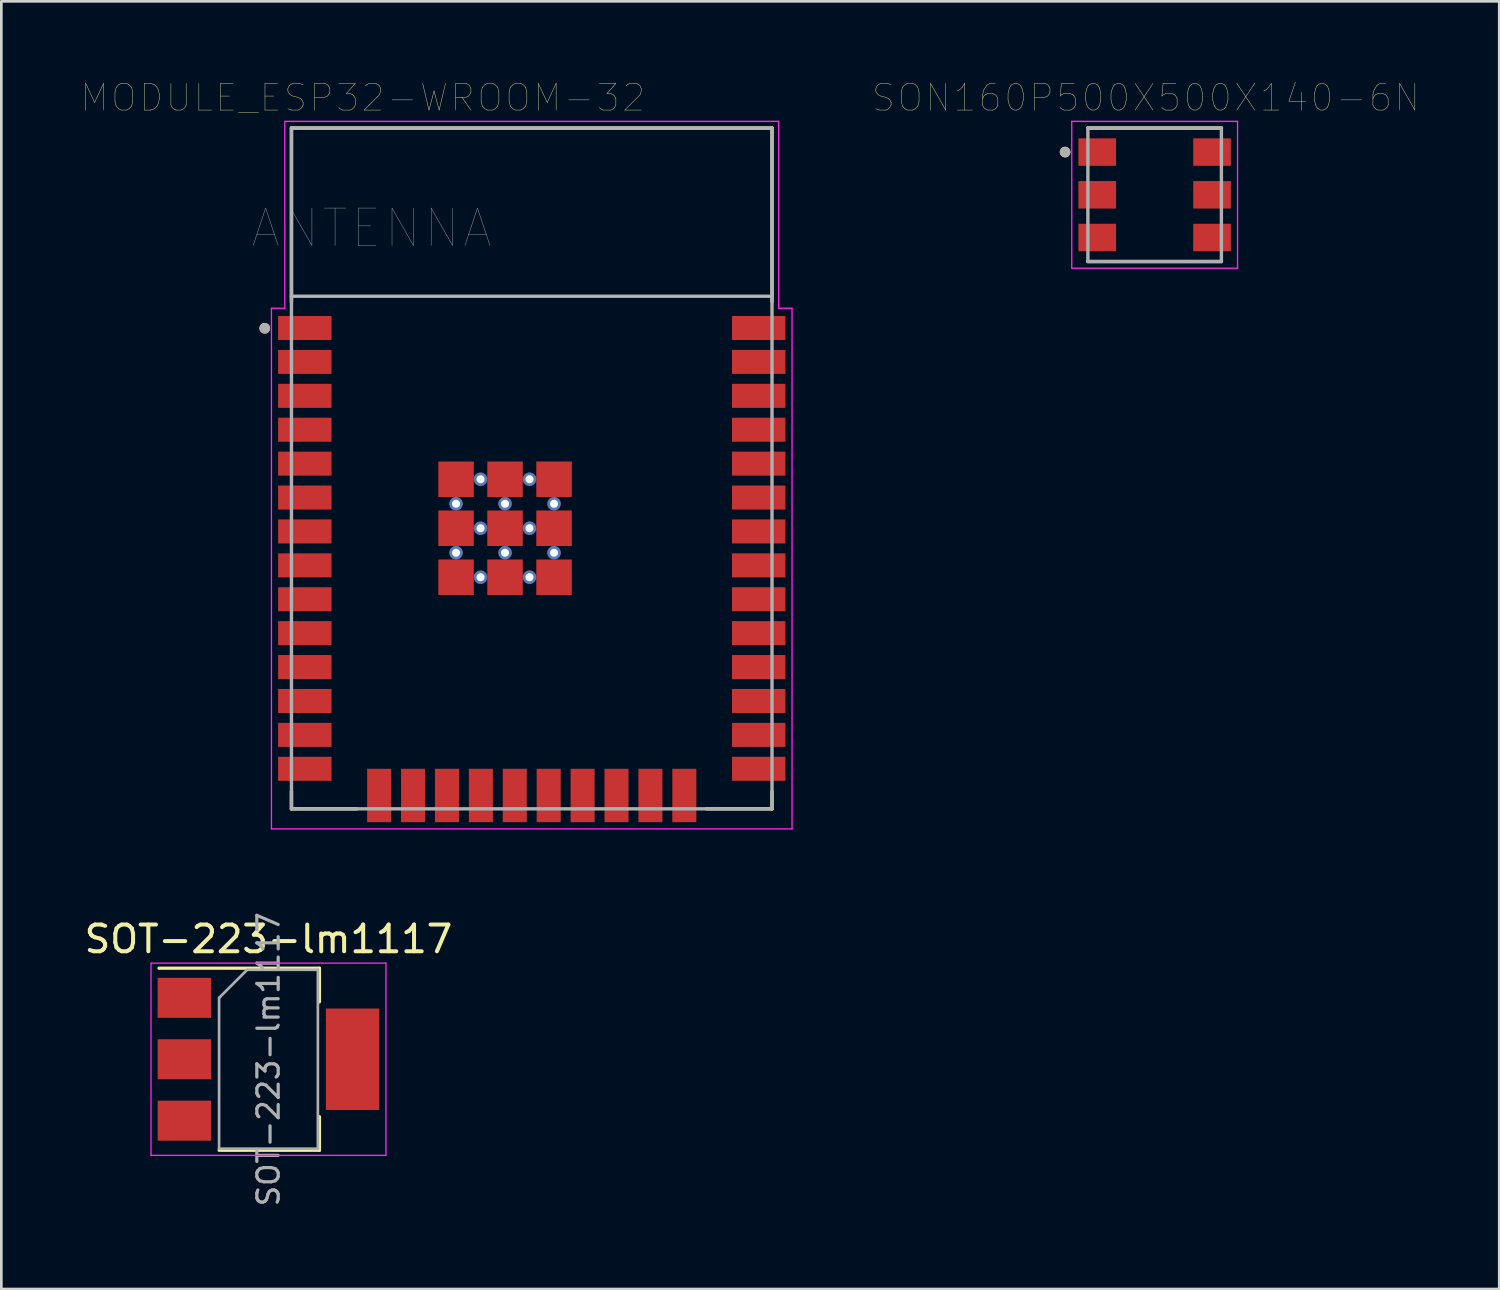
<source format=kicad_pcb>
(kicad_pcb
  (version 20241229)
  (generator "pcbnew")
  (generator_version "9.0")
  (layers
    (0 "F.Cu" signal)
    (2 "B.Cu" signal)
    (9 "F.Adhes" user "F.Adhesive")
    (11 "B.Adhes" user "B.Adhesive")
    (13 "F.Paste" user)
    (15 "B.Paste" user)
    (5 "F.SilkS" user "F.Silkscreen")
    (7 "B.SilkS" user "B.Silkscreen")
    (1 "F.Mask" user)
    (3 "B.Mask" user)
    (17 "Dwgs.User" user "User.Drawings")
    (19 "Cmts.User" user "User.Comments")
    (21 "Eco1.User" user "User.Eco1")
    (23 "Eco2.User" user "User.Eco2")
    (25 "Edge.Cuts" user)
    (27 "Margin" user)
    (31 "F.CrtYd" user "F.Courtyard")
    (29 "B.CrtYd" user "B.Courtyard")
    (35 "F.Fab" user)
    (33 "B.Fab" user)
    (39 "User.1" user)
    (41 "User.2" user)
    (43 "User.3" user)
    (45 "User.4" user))
  (footprint "SON160P500X500X140-6N"
    (layer "F.Cu")
    (at 38.049 2.646)
    (property "Reference" "SON160P500X500X140-6N" (at 1.825 -2.035 0) (layer "F.SilkS") (effects (font (size 1 1) (thickness 0.015))))
    (attr through_hole)
    (fp_line (start -0.35 -0.9) (end 4.65 -0.9) (stroke (width 0.127) (type solid)) (layer "F.SilkS"))
    (fp_line (start -0.35 4.1) (end 4.65 4.1) (stroke (width 0.127) (type solid)) (layer "F.SilkS"))
    (fp_circle (center -1.205 0) (end -1.105 0) (stroke (width 0.2) (type solid)) (fill no) (layer "F.SilkS"))
    (fp_line (start -0.955 -1.15) (end -0.955 4.35) (stroke (width 0.05) (type solid)) (layer "F.CrtYd"))
    (fp_line (start -0.955 -1.15) (end 5.255 -1.15) (stroke (width 0.05) (type solid)) (layer "F.CrtYd"))
    (fp_line (start -0.955 4.35) (end 5.255 4.35) (stroke (width 0.05) (type solid)) (layer "F.CrtYd"))
    (fp_line (start 5.255 -1.15) (end 5.255 4.35) (stroke (width 0.05) (type solid)) (layer "F.CrtYd"))
    (fp_line (start -0.35 -0.9) (end -0.35 4.1) (stroke (width 0.127) (type solid)) (layer "F.Fab"))
    (fp_line (start -0.35 -0.9) (end 4.65 -0.9) (stroke (width 0.127) (type solid)) (layer "F.Fab"))
    (fp_line (start -0.35 4.1) (end 4.65 4.1) (stroke (width 0.127) (type solid)) (layer "F.Fab"))
    (fp_line (start 4.65 -0.9) (end 4.65 4.1) (stroke (width 0.127) (type solid)) (layer "F.Fab"))
    (fp_circle (center -1.205 0) (end -1.105 0) (stroke (width 0.2) (type solid)) (fill no) (layer "F.Fab"))
    (pad "1" smd rect (at 0 0) (size 1.41 1.03) (layers "F.Cu" "F.Mask" "F.Paste"))
    (pad "2" smd rect (at 0 1.6) (size 1.41 1.03) (layers "F.Cu" "F.Mask" "F.Paste"))
    (pad "3" smd rect (at 0 3.2) (size 1.41 1.03) (layers "F.Cu" "F.Mask" "F.Paste"))
    (pad "4" smd rect (at 4.3 3.2) (size 1.41 1.03) (layers "F.Cu" "F.Mask" "F.Paste"))
    (pad "5" smd rect (at 4.3 1.6) (size 1.41 1.03) (layers "F.Cu" "F.Mask" "F.Paste"))
    (pad "6" smd rect (at 4.3 0) (size 1.41 1.03) (layers "F.Cu" "F.Mask" "F.Paste")))
  (footprint "SOT-223-lm1117"
    (layer "F.Cu")
    (at 7.006 36.626)
    (property "Reference" "SOT-223-lm1117" (at 0 -4.5 0) (layer "F.SilkS") (effects (font (size 1 1) (thickness 0.15))))
    (attr smd)
    (fp_line (start -4.1 -3.41) (end 1.91 -3.41) (stroke (width 0.12) (type solid)) (layer "F.SilkS"))
    (fp_line (start -1.85 3.41) (end 1.91 3.41) (stroke (width 0.12) (type solid)) (layer "F.SilkS"))
    (fp_line (start 1.91 -3.41) (end 1.91 -2.15) (stroke (width 0.12) (type solid)) (layer "F.SilkS"))
    (fp_line (start 1.91 3.41) (end 1.91 2.15) (stroke (width 0.12) (type solid)) (layer "F.SilkS"))
    (fp_line (start -4.4 -3.6) (end -4.4 3.6) (stroke (width 0.05) (type solid)) (layer "F.CrtYd"))
    (fp_line (start -4.4 3.6) (end 4.4 3.6) (stroke (width 0.05) (type solid)) (layer "F.CrtYd"))
    (fp_line (start 4.4 -3.6) (end -4.4 -3.6) (stroke (width 0.05) (type solid)) (layer "F.CrtYd"))
    (fp_line (start 4.4 3.6) (end 4.4 -3.6) (stroke (width 0.05) (type solid)) (layer "F.CrtYd"))
    (fp_line (start -1.85 -2.3) (end -1.85 3.35) (stroke (width 0.1) (type solid)) (layer "F.Fab"))
    (fp_line (start -1.85 -2.3) (end -0.8 -3.35) (stroke (width 0.1) (type solid)) (layer "F.Fab"))
    (fp_line (start -1.85 3.35) (end 1.85 3.35) (stroke (width 0.1) (type solid)) (layer "F.Fab"))
    (fp_line (start -0.8 -3.35) (end 1.85 -3.35) (stroke (width 0.1) (type solid)) (layer "F.Fab"))
    (fp_line (start 1.85 -3.35) (end 1.85 3.35) (stroke (width 0.1) (type solid)) (layer "F.Fab"))
    (fp_text user "${REFERENCE}" (at 0 0 90) (layer "F.Fab") (effects (font (size 0.8 0.8) (thickness 0.12))))
    (pad "1" smd rect (at -3.15 -2.3) (size 2 1.5) (layers "F.Cu" "F.Mask" "F.Paste"))
    (pad "2" smd rect (at -3.15 0) (size 2 1.5) (layers "F.Cu" "F.Mask" "F.Paste"))
    (pad "2" smd rect (at 3.15 0) (size 2 3.8) (layers "F.Cu" "F.Mask" "F.Paste"))
    (pad "3" smd rect (at -3.15 2.3) (size 2 1.5) (layers "F.Cu" "F.Mask" "F.Paste")))
  (footprint "MODULE_ESP32-WROOM-32"
    (layer "F.Cu")
    (at 16.867 14.496)
    (property "Reference" "MODULE_ESP32-WROOM-32" (at -6.325 -13.885 0) (layer "F.SilkS") (effects (font (size 1 1) (thickness 0.015))))
    (attr through_hole)
    (fp_line (start -9 -12.75) (end 9 -12.75) (stroke (width 0.127) (type solid)) (layer "F.SilkS"))
    (fp_line (start -9 -6.25) (end -9 -12.75) (stroke (width 0.127) (type solid)) (layer "F.SilkS"))
    (fp_line (start -9 12.1) (end -9 12.75) (stroke (width 0.127) (type solid)) (layer "F.SilkS"))
    (fp_line (start -9 12.75) (end -6.55 12.75) (stroke (width 0.127) (type solid)) (layer "F.SilkS"))
    (fp_line (start 6.55 12.75) (end 9 12.75) (stroke (width 0.127) (type solid)) (layer "F.SilkS"))
    (fp_line (start 9 -12.75) (end 9 -6.25) (stroke (width 0.127) (type solid)) (layer "F.SilkS"))
    (fp_line (start 9 12.75) (end 9 12.1) (stroke (width 0.127) (type solid)) (layer "F.SilkS"))
    (fp_circle (center -10 -5.25) (end -9.9 -5.25) (stroke (width 0.2) (type solid)) (fill no) (layer "F.SilkS"))
    (fp_poly (pts (xy -9 -12.75) (xy 9 -12.75) (xy 9 -6.45) (xy -9 -6.45)) (stroke (width 0.01) (type solid)) (fill no) (layer "Dwgs.User"))
    (fp_poly (pts (xy -9 -12.75) (xy 9 -12.75) (xy 9 -6.45) (xy -9 -6.45)) (stroke (width 0.01) (type solid)) (fill no) (layer "Dwgs.User"))
    (fp_line (start -9.75 -6) (end -9.25 -6) (stroke (width 0.05) (type solid)) (layer "F.CrtYd"))
    (fp_line (start -9.75 13.5) (end -9.75 -6) (stroke (width 0.05) (type solid)) (layer "F.CrtYd"))
    (fp_line (start -9.25 -13) (end 9.25 -13) (stroke (width 0.05) (type solid)) (layer "F.CrtYd"))
    (fp_line (start -9.25 -6) (end -9.25 -13) (stroke (width 0.05) (type solid)) (layer "F.CrtYd"))
    (fp_line (start 9.25 -13) (end 9.25 -6) (stroke (width 0.05) (type solid)) (layer "F.CrtYd"))
    (fp_line (start 9.25 -6) (end 9.75 -6) (stroke (width 0.05) (type solid)) (layer "F.CrtYd"))
    (fp_line (start 9.75 -6) (end 9.75 13.5) (stroke (width 0.05) (type solid)) (layer "F.CrtYd"))
    (fp_line (start 9.75 13.5) (end -9.75 13.5) (stroke (width 0.05) (type solid)) (layer "F.CrtYd"))
    (fp_line (start -9 -12.75) (end -9 -6.45) (stroke (width 0.127) (type solid)) (layer "F.Fab"))
    (fp_line (start -9 -12.75) (end 9 -12.75) (stroke (width 0.127) (type solid)) (layer "F.Fab"))
    (fp_line (start -9 -6.45) (end 9 -6.45) (stroke (width 0.127) (type solid)) (layer "F.Fab"))
    (fp_line (start -9 12.75) (end -9 -6.45) (stroke (width 0.127) (type solid)) (layer "F.Fab"))
    (fp_line (start 9 -12.75) (end 9 -6.45) (stroke (width 0.127) (type solid)) (layer "F.Fab"))
    (fp_line (start 9 -6.45) (end 9 12.75) (stroke (width 0.127) (type solid)) (layer "F.Fab"))
    (fp_line (start 9 12.75) (end -9 12.75) (stroke (width 0.127) (type solid)) (layer "F.Fab"))
    (fp_circle (center -10 -5.25) (end -9.9 -5.25) (stroke (width 0.2) (type solid)) (fill no) (layer "F.Fab"))
    (fp_text user "ANTENNA" (at -6 -9 0) (layer "F.Fab") (effects (font (size 1.4 1.4) (thickness 0.015))))
    (pad "1" smd rect (at -8.5 -5.26) (size 2 0.9) (layers "F.Cu" "F.Mask" "F.Paste"))
    (pad "2" smd rect (at -8.5 -3.99) (size 2 0.9) (layers "F.Cu" "F.Mask" "F.Paste"))
    (pad "3" smd rect (at -8.5 -2.72) (size 2 0.9) (layers "F.Cu" "F.Mask" "F.Paste"))
    (pad "4" smd rect (at -8.5 -1.45) (size 2 0.9) (layers "F.Cu" "F.Mask" "F.Paste"))
    (pad "5" smd rect (at -8.5 -0.18) (size 2 0.9) (layers "F.Cu" "F.Mask" "F.Paste"))
    (pad "6" smd rect (at -8.5 1.09) (size 2 0.9) (layers "F.Cu" "F.Mask" "F.Paste"))
    (pad "7" smd rect (at -8.5 2.36) (size 2 0.9) (layers "F.Cu" "F.Mask" "F.Paste"))
    (pad "8" smd rect (at -8.5 3.63) (size 2 0.9) (layers "F.Cu" "F.Mask" "F.Paste"))
    (pad "9" smd rect (at -8.5 4.9) (size 2 0.9) (layers "F.Cu" "F.Mask" "F.Paste"))
    (pad "10" smd rect (at -8.5 6.17) (size 2 0.9) (layers "F.Cu" "F.Mask" "F.Paste"))
    (pad "11" smd rect (at -8.5 7.44) (size 2 0.9) (layers "F.Cu" "F.Mask" "F.Paste"))
    (pad "12" smd rect (at -8.5 8.71) (size 2 0.9) (layers "F.Cu" "F.Mask" "F.Paste"))
    (pad "13" smd rect (at -8.5 9.98) (size 2 0.9) (layers "F.Cu" "F.Mask" "F.Paste"))
    (pad "14" smd rect (at -8.5 11.25) (size 2 0.9) (layers "F.Cu" "F.Mask" "F.Paste"))
    (pad "15" smd rect (at -5.715 12.25) (size 0.9 2) (layers "F.Cu" "F.Mask" "F.Paste"))
    (pad "16" smd rect (at -4.445 12.25) (size 0.9 2) (layers "F.Cu" "F.Mask" "F.Paste"))
    (pad "17" smd rect (at -3.175 12.25) (size 0.9 2) (layers "F.Cu" "F.Mask" "F.Paste"))
    (pad "18" smd rect (at -1.905 12.25) (size 0.9 2) (layers "F.Cu" "F.Mask" "F.Paste"))
    (pad "19" smd rect (at -0.635 12.25) (size 0.9 2) (layers "F.Cu" "F.Mask" "F.Paste"))
    (pad "20" smd rect (at 0.635 12.25) (size 0.9 2) (layers "F.Cu" "F.Mask" "F.Paste"))
    (pad "21" smd rect (at 1.905 12.25) (size 0.9 2) (layers "F.Cu" "F.Mask" "F.Paste"))
    (pad "22" smd rect (at 3.175 12.25) (size 0.9 2) (layers "F.Cu" "F.Mask" "F.Paste"))
    (pad "23" smd rect (at 4.445 12.25) (size 0.9 2) (layers "F.Cu" "F.Mask" "F.Paste"))
    (pad "24" smd rect (at 5.715 12.25) (size 0.9 2) (layers "F.Cu" "F.Mask" "F.Paste"))
    (pad "25" smd rect (at 8.5 11.25) (size 2 0.9) (layers "F.Cu" "F.Mask" "F.Paste"))
    (pad "26" smd rect (at 8.5 9.98) (size 2 0.9) (layers "F.Cu" "F.Mask" "F.Paste"))
    (pad "27" smd rect (at 8.5 8.71) (size 2 0.9) (layers "F.Cu" "F.Mask" "F.Paste"))
    (pad "28" smd rect (at 8.5 7.44) (size 2 0.9) (layers "F.Cu" "F.Mask" "F.Paste"))
    (pad "29" smd rect (at 8.5 6.17) (size 2 0.9) (layers "F.Cu" "F.Mask" "F.Paste"))
    (pad "30" smd rect (at 8.5 4.9) (size 2 0.9) (layers "F.Cu" "F.Mask" "F.Paste"))
    (pad "31" smd rect (at 8.5 3.63) (size 2 0.9) (layers "F.Cu" "F.Mask" "F.Paste"))
    (pad "32" smd rect (at 8.5 2.36) (size 2 0.9) (layers "F.Cu" "F.Mask" "F.Paste"))
    (pad "33" smd rect (at 8.5 1.09) (size 2 0.9) (layers "F.Cu" "F.Mask" "F.Paste"))
    (pad "34" smd rect (at 8.5 -0.18) (size 2 0.9) (layers "F.Cu" "F.Mask" "F.Paste"))
    (pad "35" smd rect (at 8.5 -1.45) (size 2 0.9) (layers "F.Cu" "F.Mask" "F.Paste"))
    (pad "36" smd rect (at 8.5 -2.72) (size 2 0.9) (layers "F.Cu" "F.Mask" "F.Paste"))
    (pad "37" smd rect (at 8.5 -3.99) (size 2 0.9) (layers "F.Cu" "F.Mask" "F.Paste"))
    (pad "38" smd rect (at 8.5 -5.26) (size 2 0.9) (layers "F.Cu" "F.Mask" "F.Paste"))
    (pad "39_1" smd rect (at -2.835 0.405) (size 1.33 1.33) (layers "F.Cu" "F.Mask" "F.Paste"))
    (pad "39_2" smd rect (at -1 0.405) (size 1.33 1.33) (layers "F.Cu" "F.Mask" "F.Paste"))
    (pad "39_3" smd rect (at 0.835 0.405) (size 1.33 1.33) (layers "F.Cu" "F.Mask" "F.Paste"))
    (pad "39_4" smd rect (at -2.835 2.24) (size 1.33 1.33) (layers "F.Cu" "F.Mask" "F.Paste"))
    (pad "39_5" smd rect (at -1 2.24) (size 1.33 1.33) (layers "F.Cu" "F.Mask" "F.Paste"))
    (pad "39_6" smd rect (at 0.835 2.24) (size 1.33 1.33) (layers "F.Cu" "F.Mask" "F.Paste"))
    (pad "39_7" smd rect (at -2.835 4.075) (size 1.33 1.33) (layers "F.Cu" "F.Mask" "F.Paste"))
    (pad "39_8" smd rect (at -1 4.075) (size 1.33 1.33) (layers "F.Cu" "F.Mask" "F.Paste"))
    (pad "39_9" smd rect (at 0.835 4.075) (size 1.33 1.33) (layers "F.Cu" "F.Mask" "F.Paste"))
    (pad "39_10" thru_hole circle (at -1.917 0.405) (size 0.5 0.5) (drill 0.3) (layers "*.Cu" "*.Mask"))
    (pad "39_11" thru_hole circle (at -0.083 0.405) (size 0.5 0.5) (drill 0.3) (layers "*.Cu" "*.Mask"))
    (pad "39_12" thru_hole circle (at -2.835 1.323) (size 0.5 0.5) (drill 0.3) (layers "*.Cu" "*.Mask"))
    (pad "39_13" thru_hole circle (at -1 1.323) (size 0.5 0.5) (drill 0.3) (layers "*.Cu" "*.Mask"))
    (pad "39_14" thru_hole circle (at 0.835 1.323) (size 0.5 0.5) (drill 0.3) (layers "*.Cu" "*.Mask"))
    (pad "39_15" thru_hole circle (at -1.917 2.24) (size 0.5 0.5) (drill 0.3) (layers "*.Cu" "*.Mask"))
    (pad "39_16" thru_hole circle (at -0.083 2.24) (size 0.5 0.5) (drill 0.3) (layers "*.Cu" "*.Mask"))
    (pad "39_17" thru_hole circle (at -2.835 3.158) (size 0.5 0.5) (drill 0.3) (layers "*.Cu" "*.Mask"))
    (pad "39_18" thru_hole circle (at -1 3.158) (size 0.5 0.5) (drill 0.3) (layers "*.Cu" "*.Mask"))
    (pad "39_19" thru_hole circle (at 0.835 3.158) (size 0.5 0.5) (drill 0.3) (layers "*.Cu" "*.Mask"))
    (pad "39_20" thru_hole circle (at -1.917 4.075) (size 0.5 0.5) (drill 0.3) (layers "*.Cu" "*.Mask"))
    (pad "39_21" thru_hole circle (at -0.083 4.075) (size 0.5 0.5) (drill 0.3) (layers "*.Cu" "*.Mask")))
  (gr_rect
    (start -3 -3)
    (end 53.106 45.231)
    (stroke (width 0.1) (type default))
    (fill no)
    (layer "Edge.Cuts")))
</source>
